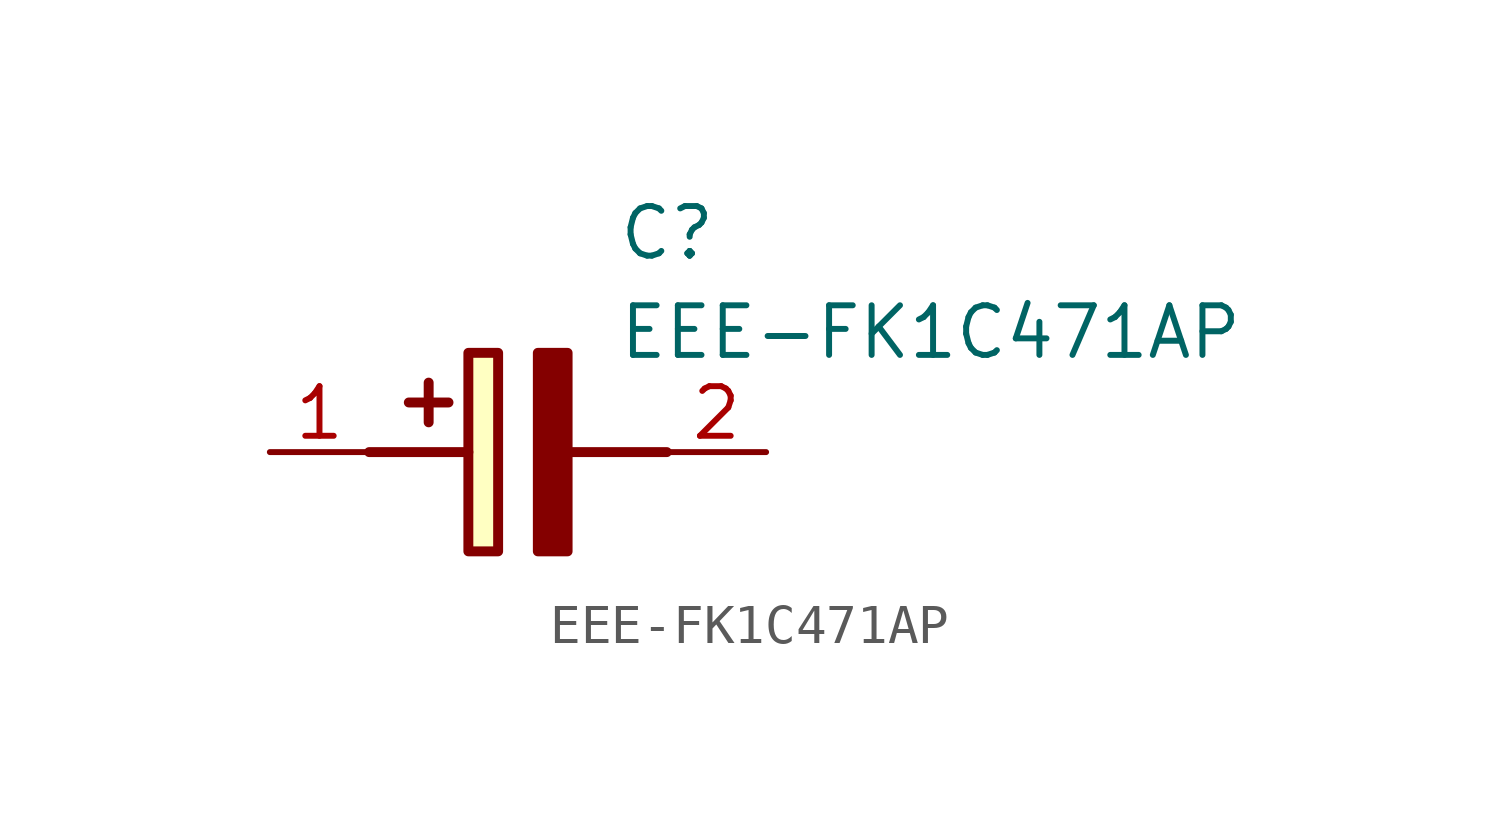
<source format=kicad_sym>
(kicad_symbol_lib
  (version 20211014)
  (generator SamacSys_ECAD_Model)
  (symbol "EEE-FK1C471AP"
    (pin_names hide)
    (property "Reference" "C"
      (at 8.89 6.35 0)
      (effects (font (size 1.27 1.27)) (justify left top)))
    (property "Value" "EEE-FK1C471AP"
      (at 8.89 3.81 0)
      (effects (font (size 1.27 1.27)) (justify left top)))
    (rectangle
      (start 5.08 2.54)
      (end 5.842 -2.54)
      (stroke (width 0.254) (type default))
      (fill (type background)))
    (polyline
      (pts (xy 4.572 1.27) (xy 3.556 1.27))
      (stroke (width 0.254) (type default))
      (fill (type none)))
    (polyline
      (pts (xy 4.064 1.778) (xy 4.064 0.762))
      (stroke (width 0.254) (type default))
      (fill (type none)))
    (polyline
      (pts (xy 2.54 0) (xy 5.08 0))
      (stroke (width 0.254) (type default))
      (fill (type none)))
    (polyline
      (pts (xy 7.62 0) (xy 10.16 0))
      (stroke (width 0.254) (type default))
      (fill (type none)))
    (polyline
      (pts (xy 7.62 2.54) (xy 7.62 -2.54) (xy 6.858 -2.54) (xy 6.858 2.54) (xy 7.62 2.54))
      (stroke (width 0.254) (type default))
      (fill (type outline)))
    (pin passive line
      (at 0 0 0)
      (length 2.54)
      (name "+" (effects (font (size 1.27 1.27))))
      (number "1" (effects (font (size 1.27 1.27)))))
    (pin passive line
      (at 12.7 0 180)
      (length 2.54)
      (name "-" (effects (font (size 1.27 1.27))))
      (number "2" (effects (font (size 1.27 1.27)))))))
</source>
